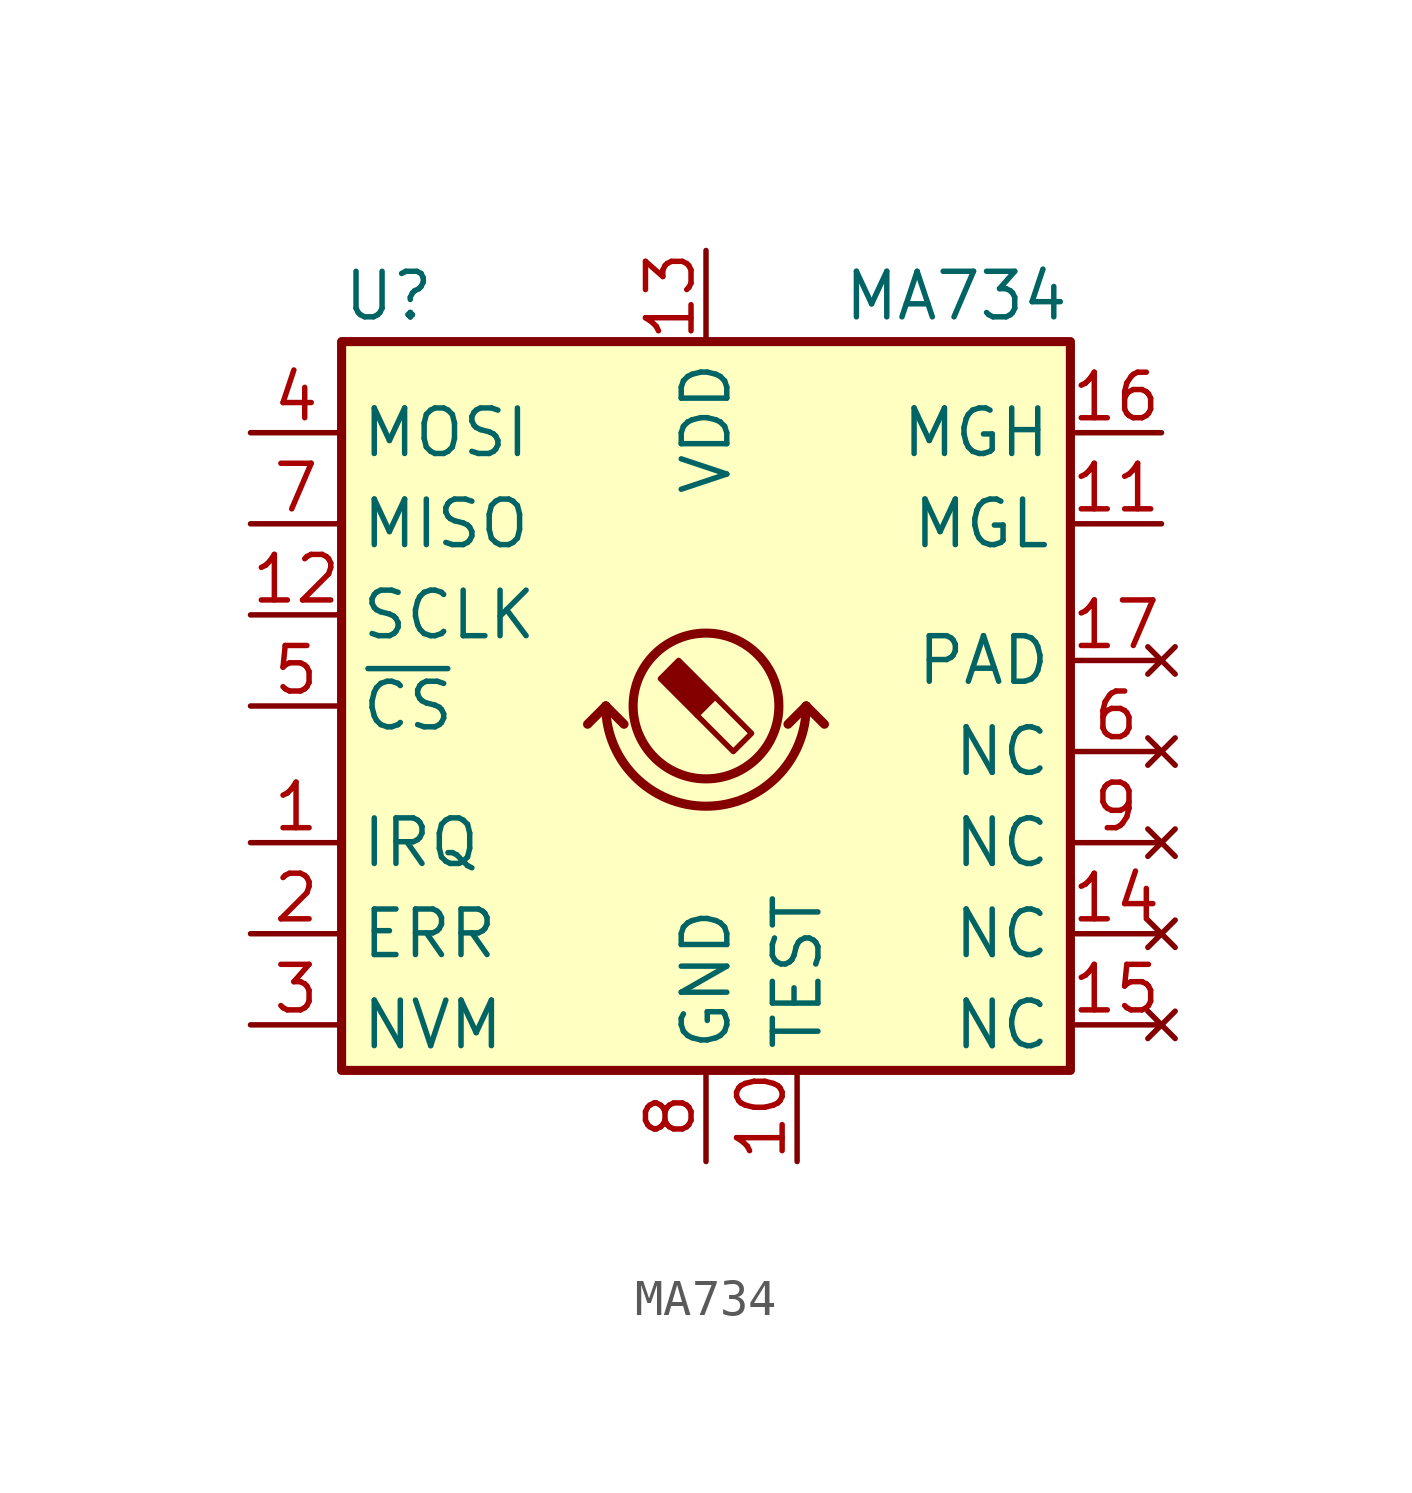
<source format=kicad_sym>
(kicad_symbol_lib
  (version 20220914)
  (generator kicad_symbol_editor)
  (symbol "MA734"
    (property "Reference" "U"
      (at -10.16 11.43 0)
      (effects (font (size 1.27 1.27)) (justify left)))
    (property "Value" "MA734"
      (at 10.16 11.43 0)
      (effects (font (size 1.27 1.27)) (justify right)))
    (symbol "MA734_0_1"
      (rectangle (start -10.16 10.16) (end 10.16 -10.16) (stroke (width 0.254) (type default)) (fill (type background)))
      (arc (start -2.794 0) (mid 0 -2.7819) (end 2.794 0) (stroke (width 0.254) (type default)) (fill (type none)))
      (polyline (pts (xy -2.794 0) (xy -3.302 -0.508)) (stroke (width 0.254) (type default)) (fill (type none)))
      (polyline (pts (xy -2.794 0) (xy -2.286 -0.508)) (stroke (width 0.254) (type default)) (fill (type none)))
      (polyline (pts (xy 2.794 0) (xy 2.286 -0.508)) (stroke (width 0.254) (type default)) (fill (type none)))
      (polyline (pts (xy 2.794 0) (xy 3.302 -0.508)) (stroke (width 0.254) (type default)) (fill (type none))))
    (symbol "MA734_1_1"
      (polyline (pts (xy 0.254 0.254) (xy 1.27 -0.762) (xy 0.762 -1.27) (xy -0.254 -0.254)) (stroke (width 0) (type default)) (fill (type none)))
      (polyline (pts (xy -0.762 1.27) (xy 0.254 0.254) (xy -0.254 -0.254) (xy -1.27 0.762) (xy -1.016 1.016) (xy -0.762 1.27) (xy -0.635 1.143)) (stroke (width 0) (type default)) (fill (type outline)))
      (circle (center 0 0) (radius 2.032) (stroke (width 0.254) (type default)) (fill (type none)))
      (pin output line (at -12.7 -3.81 0) (length 2.54) (name "IRQ" (effects (font (size 1.27 1.27)))) (number "1" (effects (font (size 1.27 1.27)))))
      (pin passive line (at 2.54 -12.7 90) (length 2.54) (name "TEST" (effects (font (size 1.27 1.27)))) (number "10" (effects (font (size 1.27 1.27)))))
      (pin output line (at 12.7 5.08 180) (length 2.54) (name "MGL" (effects (font (size 1.27 1.27)))) (number "11" (effects (font (size 1.27 1.27)))))
      (pin input line (at -12.7 2.54 0) (length 2.54) (name "SCLK" (effects (font (size 1.27 1.27)))) (number "12" (effects (font (size 1.27 1.27)))))
      (pin power_in line (at 0 12.7 270) (length 2.54) (name "VDD" (effects (font (size 1.27 1.27)))) (number "13" (effects (font (size 1.27 1.27)))))
      (pin no_connect line (at 12.7 -6.35 180) (length 2.54) (name "NC" (effects (font (size 1.27 1.27)))) (number "14" (effects (font (size 1.27 1.27)))))
      (pin no_connect line (at 12.7 -8.89 180) (length 2.54) (name "NC" (effects (font (size 1.27 1.27)))) (number "15" (effects (font (size 1.27 1.27)))))
      (pin output line (at 12.7 7.62 180) (length 2.54) (name "MGH" (effects (font (size 1.27 1.27)))) (number "16" (effects (font (size 1.27 1.27)))))
      (pin no_connect line (at 12.7 1.27 180) (length 2.54) (name "PAD" (effects (font (size 1.27 1.27)))) (number "17" (effects (font (size 1.27 1.27)))))
      (pin output line (at -12.7 -6.35 0) (length 2.54) (name "ERR" (effects (font (size 1.27 1.27)))) (number "2" (effects (font (size 1.27 1.27)))))
      (pin output line (at -12.7 -8.89 0) (length 2.54) (name "NVM" (effects (font (size 1.27 1.27)))) (number "3" (effects (font (size 1.27 1.27)))))
      (pin input line (at -12.7 7.62 0) (length 2.54) (name "MOSI" (effects (font (size 1.27 1.27)))) (number "4" (effects (font (size 1.27 1.27)))))
      (pin input line (at -12.7 0 0) (length 2.54) (name "~{CS}" (effects (font (size 1.27 1.27)))) (number "5" (effects (font (size 1.27 1.27)))))
      (pin no_connect line (at 12.7 -1.27 180) (length 2.54) (name "NC" (effects (font (size 1.27 1.27)))) (number "6" (effects (font (size 1.27 1.27)))))
      (pin output line (at -12.7 5.08 0) (length 2.54) (name "MISO" (effects (font (size 1.27 1.27)))) (number "7" (effects (font (size 1.27 1.27)))))
      (pin power_in line (at 0 -12.7 90) (length 2.54) (name "GND" (effects (font (size 1.27 1.27)))) (number "8" (effects (font (size 1.27 1.27)))))
      (pin no_connect line (at 12.7 -3.81 180) (length 2.54) (name "NC" (effects (font (size 1.27 1.27)))) (number "9" (effects (font (size 1.27 1.27))))))))
</source>
